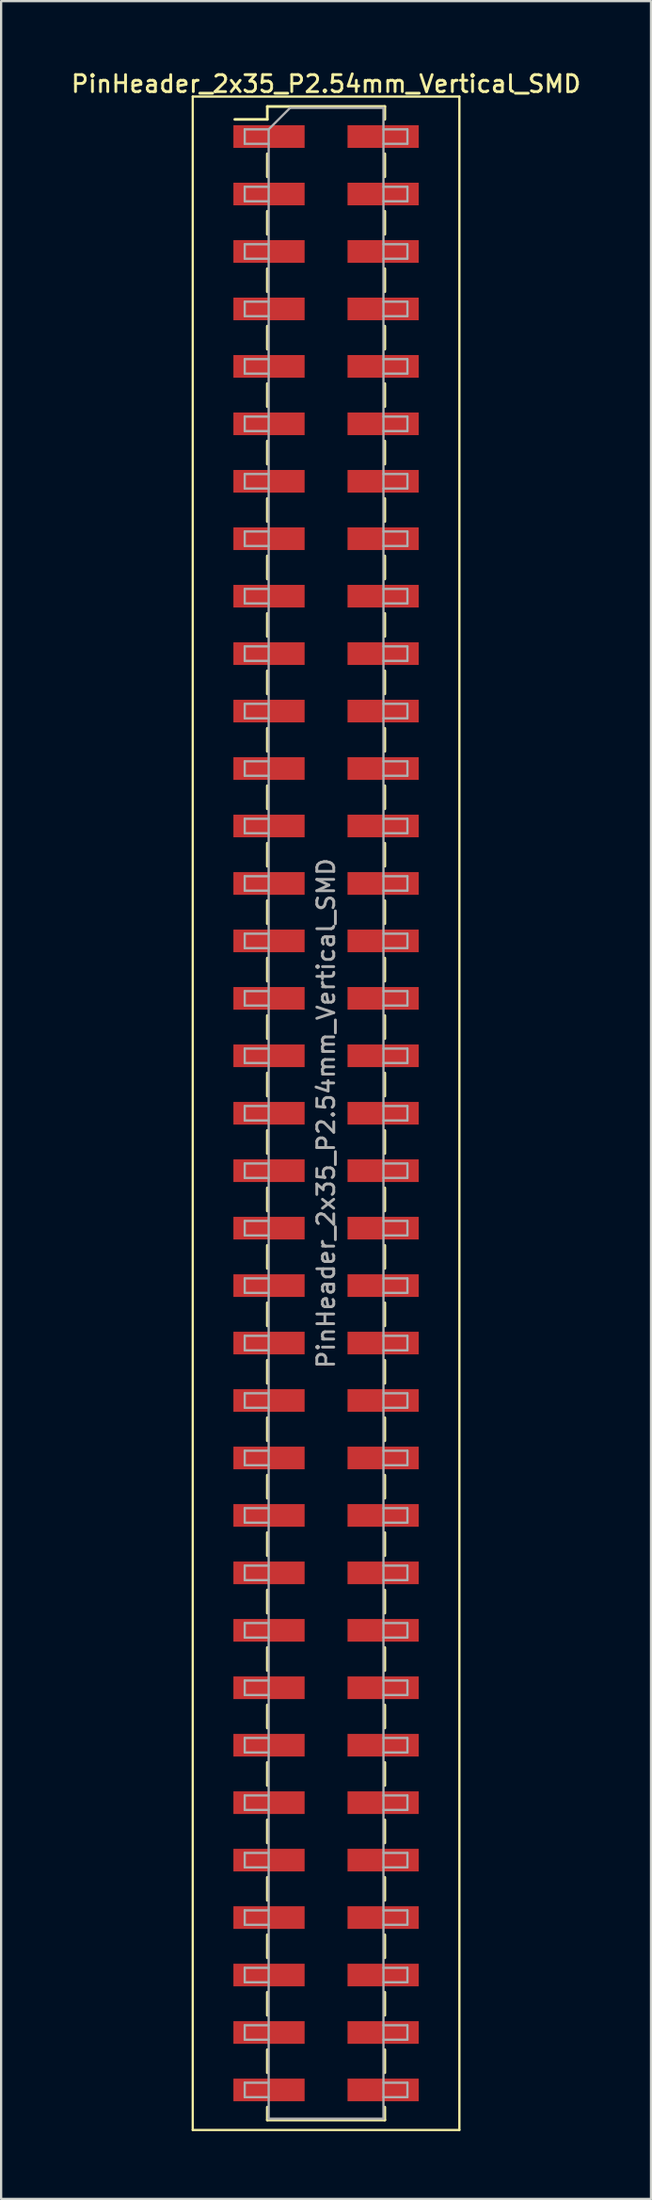
<source format=kicad_pcb>
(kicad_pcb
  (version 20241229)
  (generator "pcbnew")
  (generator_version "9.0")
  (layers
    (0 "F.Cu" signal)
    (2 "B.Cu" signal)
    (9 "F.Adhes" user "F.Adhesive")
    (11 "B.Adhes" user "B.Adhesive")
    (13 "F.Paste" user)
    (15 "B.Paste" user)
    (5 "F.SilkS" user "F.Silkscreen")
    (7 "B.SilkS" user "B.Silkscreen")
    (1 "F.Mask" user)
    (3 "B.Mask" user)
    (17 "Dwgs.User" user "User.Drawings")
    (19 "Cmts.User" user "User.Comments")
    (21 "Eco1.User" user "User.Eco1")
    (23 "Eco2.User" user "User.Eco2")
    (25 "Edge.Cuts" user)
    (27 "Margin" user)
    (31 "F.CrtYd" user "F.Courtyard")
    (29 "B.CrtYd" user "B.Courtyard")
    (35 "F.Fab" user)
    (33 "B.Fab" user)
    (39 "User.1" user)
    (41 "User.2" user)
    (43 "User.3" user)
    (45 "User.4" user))
  (footprint "PinHeader_2x35_P2.54mm_Vertical_SMD"
    (layer "F.Cu")
    (at 11.38 46.168)
    (property "Reference" "PinHeader_2x35_P2.54mm_Vertical_SMD" (at 0 -45.51 0) (layer "F.SilkS") (effects (font (size 0.75 0.75) (thickness 0.125))))
    (attr smd)
    (fp_line (start -5.9 -44.95) (end -5.9 44.95) (stroke (width 0.1) (type solid)) (layer "F.SilkS"))
    (fp_line (start -5.9 44.95) (end 5.9 44.95) (stroke (width 0.1) (type solid)) (layer "F.SilkS"))
    (fp_line (start -4.04 -43.94) (end -2.6 -43.94) (stroke (width 0.12) (type solid)) (layer "F.SilkS"))
    (fp_line (start -2.6 -44.51) (end -2.6 -43.94) (stroke (width 0.12) (type solid)) (layer "F.SilkS"))
    (fp_line (start -2.6 -44.51) (end 2.6 -44.51) (stroke (width 0.12) (type solid)) (layer "F.SilkS"))
    (fp_line (start -2.6 -42.42) (end -2.6 -41.4) (stroke (width 0.12) (type solid)) (layer "F.SilkS"))
    (fp_line (start -2.6 -39.88) (end -2.6 -38.86) (stroke (width 0.12) (type solid)) (layer "F.SilkS"))
    (fp_line (start -2.6 -37.34) (end -2.6 -36.32) (stroke (width 0.12) (type solid)) (layer "F.SilkS"))
    (fp_line (start -2.6 -34.8) (end -2.6 -33.78) (stroke (width 0.12) (type solid)) (layer "F.SilkS"))
    (fp_line (start -2.6 -32.26) (end -2.6 -31.24) (stroke (width 0.12) (type solid)) (layer "F.SilkS"))
    (fp_line (start -2.6 -29.72) (end -2.6 -28.7) (stroke (width 0.12) (type solid)) (layer "F.SilkS"))
    (fp_line (start -2.6 -27.18) (end -2.6 -26.16) (stroke (width 0.12) (type solid)) (layer "F.SilkS"))
    (fp_line (start -2.6 -24.64) (end -2.6 -23.62) (stroke (width 0.12) (type solid)) (layer "F.SilkS"))
    (fp_line (start -2.6 -22.1) (end -2.6 -21.08) (stroke (width 0.12) (type solid)) (layer "F.SilkS"))
    (fp_line (start -2.6 -19.56) (end -2.6 -18.54) (stroke (width 0.12) (type solid)) (layer "F.SilkS"))
    (fp_line (start -2.6 -17.02) (end -2.6 -16) (stroke (width 0.12) (type solid)) (layer "F.SilkS"))
    (fp_line (start -2.6 -14.48) (end -2.6 -13.46) (stroke (width 0.12) (type solid)) (layer "F.SilkS"))
    (fp_line (start -2.6 -11.94) (end -2.6 -10.92) (stroke (width 0.12) (type solid)) (layer "F.SilkS"))
    (fp_line (start -2.6 -9.4) (end -2.6 -8.38) (stroke (width 0.12) (type solid)) (layer "F.SilkS"))
    (fp_line (start -2.6 -6.86) (end -2.6 -5.84) (stroke (width 0.12) (type solid)) (layer "F.SilkS"))
    (fp_line (start -2.6 -4.32) (end -2.6 -3.3) (stroke (width 0.12) (type solid)) (layer "F.SilkS"))
    (fp_line (start -2.6 -1.78) (end -2.6 -0.76) (stroke (width 0.12) (type solid)) (layer "F.SilkS"))
    (fp_line (start -2.6 0.76) (end -2.6 1.78) (stroke (width 0.12) (type solid)) (layer "F.SilkS"))
    (fp_line (start -2.6 3.3) (end -2.6 4.32) (stroke (width 0.12) (type solid)) (layer "F.SilkS"))
    (fp_line (start -2.6 5.84) (end -2.6 6.86) (stroke (width 0.12) (type solid)) (layer "F.SilkS"))
    (fp_line (start -2.6 8.38) (end -2.6 9.4) (stroke (width 0.12) (type solid)) (layer "F.SilkS"))
    (fp_line (start -2.6 10.92) (end -2.6 11.94) (stroke (width 0.12) (type solid)) (layer "F.SilkS"))
    (fp_line (start -2.6 13.46) (end -2.6 14.48) (stroke (width 0.12) (type solid)) (layer "F.SilkS"))
    (fp_line (start -2.6 16) (end -2.6 17.02) (stroke (width 0.12) (type solid)) (layer "F.SilkS"))
    (fp_line (start -2.6 18.54) (end -2.6 19.56) (stroke (width 0.12) (type solid)) (layer "F.SilkS"))
    (fp_line (start -2.6 21.08) (end -2.6 22.1) (stroke (width 0.12) (type solid)) (layer "F.SilkS"))
    (fp_line (start -2.6 23.62) (end -2.6 24.64) (stroke (width 0.12) (type solid)) (layer "F.SilkS"))
    (fp_line (start -2.6 26.16) (end -2.6 27.18) (stroke (width 0.12) (type solid)) (layer "F.SilkS"))
    (fp_line (start -2.6 28.7) (end -2.6 29.72) (stroke (width 0.12) (type solid)) (layer "F.SilkS"))
    (fp_line (start -2.6 31.24) (end -2.6 32.26) (stroke (width 0.12) (type solid)) (layer "F.SilkS"))
    (fp_line (start -2.6 33.78) (end -2.6 34.8) (stroke (width 0.12) (type solid)) (layer "F.SilkS"))
    (fp_line (start -2.6 36.32) (end -2.6 37.34) (stroke (width 0.12) (type solid)) (layer "F.SilkS"))
    (fp_line (start -2.6 38.86) (end -2.6 39.88) (stroke (width 0.12) (type solid)) (layer "F.SilkS"))
    (fp_line (start -2.6 41.4) (end -2.6 42.42) (stroke (width 0.12) (type solid)) (layer "F.SilkS"))
    (fp_line (start -2.6 43.94) (end -2.6 44.51) (stroke (width 0.12) (type solid)) (layer "F.SilkS"))
    (fp_line (start -2.6 44.51) (end 2.6 44.51) (stroke (width 0.12) (type solid)) (layer "F.SilkS"))
    (fp_line (start 2.6 -44.51) (end 2.6 -43.94) (stroke (width 0.12) (type solid)) (layer "F.SilkS"))
    (fp_line (start 2.6 -42.42) (end 2.6 -41.4) (stroke (width 0.12) (type solid)) (layer "F.SilkS"))
    (fp_line (start 2.6 -39.88) (end 2.6 -38.86) (stroke (width 0.12) (type solid)) (layer "F.SilkS"))
    (fp_line (start 2.6 -37.34) (end 2.6 -36.32) (stroke (width 0.12) (type solid)) (layer "F.SilkS"))
    (fp_line (start 2.6 -34.8) (end 2.6 -33.78) (stroke (width 0.12) (type solid)) (layer "F.SilkS"))
    (fp_line (start 2.6 -32.26) (end 2.6 -31.24) (stroke (width 0.12) (type solid)) (layer "F.SilkS"))
    (fp_line (start 2.6 -29.72) (end 2.6 -28.7) (stroke (width 0.12) (type solid)) (layer "F.SilkS"))
    (fp_line (start 2.6 -27.18) (end 2.6 -26.16) (stroke (width 0.12) (type solid)) (layer "F.SilkS"))
    (fp_line (start 2.6 -24.64) (end 2.6 -23.62) (stroke (width 0.12) (type solid)) (layer "F.SilkS"))
    (fp_line (start 2.6 -22.1) (end 2.6 -21.08) (stroke (width 0.12) (type solid)) (layer "F.SilkS"))
    (fp_line (start 2.6 -19.56) (end 2.6 -18.54) (stroke (width 0.12) (type solid)) (layer "F.SilkS"))
    (fp_line (start 2.6 -17.02) (end 2.6 -16) (stroke (width 0.12) (type solid)) (layer "F.SilkS"))
    (fp_line (start 2.6 -14.48) (end 2.6 -13.46) (stroke (width 0.12) (type solid)) (layer "F.SilkS"))
    (fp_line (start 2.6 -11.94) (end 2.6 -10.92) (stroke (width 0.12) (type solid)) (layer "F.SilkS"))
    (fp_line (start 2.6 -9.4) (end 2.6 -8.38) (stroke (width 0.12) (type solid)) (layer "F.SilkS"))
    (fp_line (start 2.6 -6.86) (end 2.6 -5.84) (stroke (width 0.12) (type solid)) (layer "F.SilkS"))
    (fp_line (start 2.6 -4.32) (end 2.6 -3.3) (stroke (width 0.12) (type solid)) (layer "F.SilkS"))
    (fp_line (start 2.6 -1.78) (end 2.6 -0.76) (stroke (width 0.12) (type solid)) (layer "F.SilkS"))
    (fp_line (start 2.6 0.76) (end 2.6 1.78) (stroke (width 0.12) (type solid)) (layer "F.SilkS"))
    (fp_line (start 2.6 3.3) (end 2.6 4.32) (stroke (width 0.12) (type solid)) (layer "F.SilkS"))
    (fp_line (start 2.6 5.84) (end 2.6 6.86) (stroke (width 0.12) (type solid)) (layer "F.SilkS"))
    (fp_line (start 2.6 8.38) (end 2.6 9.4) (stroke (width 0.12) (type solid)) (layer "F.SilkS"))
    (fp_line (start 2.6 10.92) (end 2.6 11.94) (stroke (width 0.12) (type solid)) (layer "F.SilkS"))
    (fp_line (start 2.6 13.46) (end 2.6 14.48) (stroke (width 0.12) (type solid)) (layer "F.SilkS"))
    (fp_line (start 2.6 16) (end 2.6 17.02) (stroke (width 0.12) (type solid)) (layer "F.SilkS"))
    (fp_line (start 2.6 18.54) (end 2.6 19.56) (stroke (width 0.12) (type solid)) (layer "F.SilkS"))
    (fp_line (start 2.6 21.08) (end 2.6 22.1) (stroke (width 0.12) (type solid)) (layer "F.SilkS"))
    (fp_line (start 2.6 23.62) (end 2.6 24.64) (stroke (width 0.12) (type solid)) (layer "F.SilkS"))
    (fp_line (start 2.6 26.16) (end 2.6 27.18) (stroke (width 0.12) (type solid)) (layer "F.SilkS"))
    (fp_line (start 2.6 28.7) (end 2.6 29.72) (stroke (width 0.12) (type solid)) (layer "F.SilkS"))
    (fp_line (start 2.6 31.24) (end 2.6 32.26) (stroke (width 0.12) (type solid)) (layer "F.SilkS"))
    (fp_line (start 2.6 33.78) (end 2.6 34.8) (stroke (width 0.12) (type solid)) (layer "F.SilkS"))
    (fp_line (start 2.6 36.32) (end 2.6 37.34) (stroke (width 0.12) (type solid)) (layer "F.SilkS"))
    (fp_line (start 2.6 38.86) (end 2.6 39.88) (stroke (width 0.12) (type solid)) (layer "F.SilkS"))
    (fp_line (start 2.6 41.4) (end 2.6 42.42) (stroke (width 0.12) (type solid)) (layer "F.SilkS"))
    (fp_line (start 2.6 43.94) (end 2.6 44.51) (stroke (width 0.12) (type solid)) (layer "F.SilkS"))
    (fp_line (start 5.9 -44.95) (end -5.9 -44.95) (stroke (width 0.1) (type solid)) (layer "F.SilkS"))
    (fp_line (start 5.9 44.95) (end 5.9 -44.95) (stroke (width 0.1) (type solid)) (layer "F.SilkS"))
    (fp_line (start -3.6 -43.5) (end -3.6 -42.86) (stroke (width 0.1) (type solid)) (layer "F.Fab"))
    (fp_line (start -3.6 -42.86) (end -2.54 -42.86) (stroke (width 0.1) (type solid)) (layer "F.Fab"))
    (fp_line (start -3.6 -40.96) (end -3.6 -40.32) (stroke (width 0.1) (type solid)) (layer "F.Fab"))
    (fp_line (start -3.6 -40.32) (end -2.54 -40.32) (stroke (width 0.1) (type solid)) (layer "F.Fab"))
    (fp_line (start -3.6 -38.42) (end -3.6 -37.78) (stroke (width 0.1) (type solid)) (layer "F.Fab"))
    (fp_line (start -3.6 -37.78) (end -2.54 -37.78) (stroke (width 0.1) (type solid)) (layer "F.Fab"))
    (fp_line (start -3.6 -35.88) (end -3.6 -35.24) (stroke (width 0.1) (type solid)) (layer "F.Fab"))
    (fp_line (start -3.6 -35.24) (end -2.54 -35.24) (stroke (width 0.1) (type solid)) (layer "F.Fab"))
    (fp_line (start -3.6 -33.34) (end -3.6 -32.7) (stroke (width 0.1) (type solid)) (layer "F.Fab"))
    (fp_line (start -3.6 -32.7) (end -2.54 -32.7) (stroke (width 0.1) (type solid)) (layer "F.Fab"))
    (fp_line (start -3.6 -30.8) (end -3.6 -30.16) (stroke (width 0.1) (type solid)) (layer "F.Fab"))
    (fp_line (start -3.6 -30.16) (end -2.54 -30.16) (stroke (width 0.1) (type solid)) (layer "F.Fab"))
    (fp_line (start -3.6 -28.26) (end -3.6 -27.62) (stroke (width 0.1) (type solid)) (layer "F.Fab"))
    (fp_line (start -3.6 -27.62) (end -2.54 -27.62) (stroke (width 0.1) (type solid)) (layer "F.Fab"))
    (fp_line (start -3.6 -25.72) (end -3.6 -25.08) (stroke (width 0.1) (type solid)) (layer "F.Fab"))
    (fp_line (start -3.6 -25.08) (end -2.54 -25.08) (stroke (width 0.1) (type solid)) (layer "F.Fab"))
    (fp_line (start -3.6 -23.18) (end -3.6 -22.54) (stroke (width 0.1) (type solid)) (layer "F.Fab"))
    (fp_line (start -3.6 -22.54) (end -2.54 -22.54) (stroke (width 0.1) (type solid)) (layer "F.Fab"))
    (fp_line (start -3.6 -20.64) (end -3.6 -20) (stroke (width 0.1) (type solid)) (layer "F.Fab"))
    (fp_line (start -3.6 -20) (end -2.54 -20) (stroke (width 0.1) (type solid)) (layer "F.Fab"))
    (fp_line (start -3.6 -18.1) (end -3.6 -17.46) (stroke (width 0.1) (type solid)) (layer "F.Fab"))
    (fp_line (start -3.6 -17.46) (end -2.54 -17.46) (stroke (width 0.1) (type solid)) (layer "F.Fab"))
    (fp_line (start -3.6 -15.56) (end -3.6 -14.92) (stroke (width 0.1) (type solid)) (layer "F.Fab"))
    (fp_line (start -3.6 -14.92) (end -2.54 -14.92) (stroke (width 0.1) (type solid)) (layer "F.Fab"))
    (fp_line (start -3.6 -13.02) (end -3.6 -12.38) (stroke (width 0.1) (type solid)) (layer "F.Fab"))
    (fp_line (start -3.6 -12.38) (end -2.54 -12.38) (stroke (width 0.1) (type solid)) (layer "F.Fab"))
    (fp_line (start -3.6 -10.48) (end -3.6 -9.84) (stroke (width 0.1) (type solid)) (layer "F.Fab"))
    (fp_line (start -3.6 -9.84) (end -2.54 -9.84) (stroke (width 0.1) (type solid)) (layer "F.Fab"))
    (fp_line (start -3.6 -7.94) (end -3.6 -7.3) (stroke (width 0.1) (type solid)) (layer "F.Fab"))
    (fp_line (start -3.6 -7.3) (end -2.54 -7.3) (stroke (width 0.1) (type solid)) (layer "F.Fab"))
    (fp_line (start -3.6 -5.4) (end -3.6 -4.76) (stroke (width 0.1) (type solid)) (layer "F.Fab"))
    (fp_line (start -3.6 -4.76) (end -2.54 -4.76) (stroke (width 0.1) (type solid)) (layer "F.Fab"))
    (fp_line (start -3.6 -2.86) (end -3.6 -2.22) (stroke (width 0.1) (type solid)) (layer "F.Fab"))
    (fp_line (start -3.6 -2.22) (end -2.54 -2.22) (stroke (width 0.1) (type solid)) (layer "F.Fab"))
    (fp_line (start -3.6 -0.32) (end -3.6 0.32) (stroke (width 0.1) (type solid)) (layer "F.Fab"))
    (fp_line (start -3.6 0.32) (end -2.54 0.32) (stroke (width 0.1) (type solid)) (layer "F.Fab"))
    (fp_line (start -3.6 2.22) (end -3.6 2.86) (stroke (width 0.1) (type solid)) (layer "F.Fab"))
    (fp_line (start -3.6 2.86) (end -2.54 2.86) (stroke (width 0.1) (type solid)) (layer "F.Fab"))
    (fp_line (start -3.6 4.76) (end -3.6 5.4) (stroke (width 0.1) (type solid)) (layer "F.Fab"))
    (fp_line (start -3.6 5.4) (end -2.54 5.4) (stroke (width 0.1) (type solid)) (layer "F.Fab"))
    (fp_line (start -3.6 7.3) (end -3.6 7.94) (stroke (width 0.1) (type solid)) (layer "F.Fab"))
    (fp_line (start -3.6 7.94) (end -2.54 7.94) (stroke (width 0.1) (type solid)) (layer "F.Fab"))
    (fp_line (start -3.6 9.84) (end -3.6 10.48) (stroke (width 0.1) (type solid)) (layer "F.Fab"))
    (fp_line (start -3.6 10.48) (end -2.54 10.48) (stroke (width 0.1) (type solid)) (layer "F.Fab"))
    (fp_line (start -3.6 12.38) (end -3.6 13.02) (stroke (width 0.1) (type solid)) (layer "F.Fab"))
    (fp_line (start -3.6 13.02) (end -2.54 13.02) (stroke (width 0.1) (type solid)) (layer "F.Fab"))
    (fp_line (start -3.6 14.92) (end -3.6 15.56) (stroke (width 0.1) (type solid)) (layer "F.Fab"))
    (fp_line (start -3.6 15.56) (end -2.54 15.56) (stroke (width 0.1) (type solid)) (layer "F.Fab"))
    (fp_line (start -3.6 17.46) (end -3.6 18.1) (stroke (width 0.1) (type solid)) (layer "F.Fab"))
    (fp_line (start -3.6 18.1) (end -2.54 18.1) (stroke (width 0.1) (type solid)) (layer "F.Fab"))
    (fp_line (start -3.6 20) (end -3.6 20.64) (stroke (width 0.1) (type solid)) (layer "F.Fab"))
    (fp_line (start -3.6 20.64) (end -2.54 20.64) (stroke (width 0.1) (type solid)) (layer "F.Fab"))
    (fp_line (start -3.6 22.54) (end -3.6 23.18) (stroke (width 0.1) (type solid)) (layer "F.Fab"))
    (fp_line (start -3.6 23.18) (end -2.54 23.18) (stroke (width 0.1) (type solid)) (layer "F.Fab"))
    (fp_line (start -3.6 25.08) (end -3.6 25.72) (stroke (width 0.1) (type solid)) (layer "F.Fab"))
    (fp_line (start -3.6 25.72) (end -2.54 25.72) (stroke (width 0.1) (type solid)) (layer "F.Fab"))
    (fp_line (start -3.6 27.62) (end -3.6 28.26) (stroke (width 0.1) (type solid)) (layer "F.Fab"))
    (fp_line (start -3.6 28.26) (end -2.54 28.26) (stroke (width 0.1) (type solid)) (layer "F.Fab"))
    (fp_line (start -3.6 30.16) (end -3.6 30.8) (stroke (width 0.1) (type solid)) (layer "F.Fab"))
    (fp_line (start -3.6 30.8) (end -2.54 30.8) (stroke (width 0.1) (type solid)) (layer "F.Fab"))
    (fp_line (start -3.6 32.7) (end -3.6 33.34) (stroke (width 0.1) (type solid)) (layer "F.Fab"))
    (fp_line (start -3.6 33.34) (end -2.54 33.34) (stroke (width 0.1) (type solid)) (layer "F.Fab"))
    (fp_line (start -3.6 35.24) (end -3.6 35.88) (stroke (width 0.1) (type solid)) (layer "F.Fab"))
    (fp_line (start -3.6 35.88) (end -2.54 35.88) (stroke (width 0.1) (type solid)) (layer "F.Fab"))
    (fp_line (start -3.6 37.78) (end -3.6 38.42) (stroke (width 0.1) (type solid)) (layer "F.Fab"))
    (fp_line (start -3.6 38.42) (end -2.54 38.42) (stroke (width 0.1) (type solid)) (layer "F.Fab"))
    (fp_line (start -3.6 40.32) (end -3.6 40.96) (stroke (width 0.1) (type solid)) (layer "F.Fab"))
    (fp_line (start -3.6 40.96) (end -2.54 40.96) (stroke (width 0.1) (type solid)) (layer "F.Fab"))
    (fp_line (start -3.6 42.86) (end -3.6 43.5) (stroke (width 0.1) (type solid)) (layer "F.Fab"))
    (fp_line (start -3.6 43.5) (end -2.54 43.5) (stroke (width 0.1) (type solid)) (layer "F.Fab"))
    (fp_line (start -2.54 -43.5) (end -3.6 -43.5) (stroke (width 0.1) (type solid)) (layer "F.Fab"))
    (fp_line (start -2.54 -43.5) (end -1.59 -44.45) (stroke (width 0.1) (type solid)) (layer "F.Fab"))
    (fp_line (start -2.54 -40.96) (end -3.6 -40.96) (stroke (width 0.1) (type solid)) (layer "F.Fab"))
    (fp_line (start -2.54 -38.42) (end -3.6 -38.42) (stroke (width 0.1) (type solid)) (layer "F.Fab"))
    (fp_line (start -2.54 -35.88) (end -3.6 -35.88) (stroke (width 0.1) (type solid)) (layer "F.Fab"))
    (fp_line (start -2.54 -33.34) (end -3.6 -33.34) (stroke (width 0.1) (type solid)) (layer "F.Fab"))
    (fp_line (start -2.54 -30.8) (end -3.6 -30.8) (stroke (width 0.1) (type solid)) (layer "F.Fab"))
    (fp_line (start -2.54 -28.26) (end -3.6 -28.26) (stroke (width 0.1) (type solid)) (layer "F.Fab"))
    (fp_line (start -2.54 -25.72) (end -3.6 -25.72) (stroke (width 0.1) (type solid)) (layer "F.Fab"))
    (fp_line (start -2.54 -23.18) (end -3.6 -23.18) (stroke (width 0.1) (type solid)) (layer "F.Fab"))
    (fp_line (start -2.54 -20.64) (end -3.6 -20.64) (stroke (width 0.1) (type solid)) (layer "F.Fab"))
    (fp_line (start -2.54 -18.1) (end -3.6 -18.1) (stroke (width 0.1) (type solid)) (layer "F.Fab"))
    (fp_line (start -2.54 -15.56) (end -3.6 -15.56) (stroke (width 0.1) (type solid)) (layer "F.Fab"))
    (fp_line (start -2.54 -13.02) (end -3.6 -13.02) (stroke (width 0.1) (type solid)) (layer "F.Fab"))
    (fp_line (start -2.54 -10.48) (end -3.6 -10.48) (stroke (width 0.1) (type solid)) (layer "F.Fab"))
    (fp_line (start -2.54 -7.94) (end -3.6 -7.94) (stroke (width 0.1) (type solid)) (layer "F.Fab"))
    (fp_line (start -2.54 -5.4) (end -3.6 -5.4) (stroke (width 0.1) (type solid)) (layer "F.Fab"))
    (fp_line (start -2.54 -2.86) (end -3.6 -2.86) (stroke (width 0.1) (type solid)) (layer "F.Fab"))
    (fp_line (start -2.54 -0.32) (end -3.6 -0.32) (stroke (width 0.1) (type solid)) (layer "F.Fab"))
    (fp_line (start -2.54 2.22) (end -3.6 2.22) (stroke (width 0.1) (type solid)) (layer "F.Fab"))
    (fp_line (start -2.54 4.76) (end -3.6 4.76) (stroke (width 0.1) (type solid)) (layer "F.Fab"))
    (fp_line (start -2.54 7.3) (end -3.6 7.3) (stroke (width 0.1) (type solid)) (layer "F.Fab"))
    (fp_line (start -2.54 9.84) (end -3.6 9.84) (stroke (width 0.1) (type solid)) (layer "F.Fab"))
    (fp_line (start -2.54 12.38) (end -3.6 12.38) (stroke (width 0.1) (type solid)) (layer "F.Fab"))
    (fp_line (start -2.54 14.92) (end -3.6 14.92) (stroke (width 0.1) (type solid)) (layer "F.Fab"))
    (fp_line (start -2.54 17.46) (end -3.6 17.46) (stroke (width 0.1) (type solid)) (layer "F.Fab"))
    (fp_line (start -2.54 20) (end -3.6 20) (stroke (width 0.1) (type solid)) (layer "F.Fab"))
    (fp_line (start -2.54 22.54) (end -3.6 22.54) (stroke (width 0.1) (type solid)) (layer "F.Fab"))
    (fp_line (start -2.54 25.08) (end -3.6 25.08) (stroke (width 0.1) (type solid)) (layer "F.Fab"))
    (fp_line (start -2.54 27.62) (end -3.6 27.62) (stroke (width 0.1) (type solid)) (layer "F.Fab"))
    (fp_line (start -2.54 30.16) (end -3.6 30.16) (stroke (width 0.1) (type solid)) (layer "F.Fab"))
    (fp_line (start -2.54 32.7) (end -3.6 32.7) (stroke (width 0.1) (type solid)) (layer "F.Fab"))
    (fp_line (start -2.54 35.24) (end -3.6 35.24) (stroke (width 0.1) (type solid)) (layer "F.Fab"))
    (fp_line (start -2.54 37.78) (end -3.6 37.78) (stroke (width 0.1) (type solid)) (layer "F.Fab"))
    (fp_line (start -2.54 40.32) (end -3.6 40.32) (stroke (width 0.1) (type solid)) (layer "F.Fab"))
    (fp_line (start -2.54 42.86) (end -3.6 42.86) (stroke (width 0.1) (type solid)) (layer "F.Fab"))
    (fp_line (start -2.54 44.45) (end -2.54 -43.5) (stroke (width 0.1) (type solid)) (layer "F.Fab"))
    (fp_line (start -1.59 -44.45) (end 2.54 -44.45) (stroke (width 0.1) (type solid)) (layer "F.Fab"))
    (fp_line (start 2.54 -44.45) (end 2.54 44.45) (stroke (width 0.1) (type solid)) (layer "F.Fab"))
    (fp_line (start 2.54 -43.5) (end 3.6 -43.5) (stroke (width 0.1) (type solid)) (layer "F.Fab"))
    (fp_line (start 2.54 -40.96) (end 3.6 -40.96) (stroke (width 0.1) (type solid)) (layer "F.Fab"))
    (fp_line (start 2.54 -38.42) (end 3.6 -38.42) (stroke (width 0.1) (type solid)) (layer "F.Fab"))
    (fp_line (start 2.54 -35.88) (end 3.6 -35.88) (stroke (width 0.1) (type solid)) (layer "F.Fab"))
    (fp_line (start 2.54 -33.34) (end 3.6 -33.34) (stroke (width 0.1) (type solid)) (layer "F.Fab"))
    (fp_line (start 2.54 -30.8) (end 3.6 -30.8) (stroke (width 0.1) (type solid)) (layer "F.Fab"))
    (fp_line (start 2.54 -28.26) (end 3.6 -28.26) (stroke (width 0.1) (type solid)) (layer "F.Fab"))
    (fp_line (start 2.54 -25.72) (end 3.6 -25.72) (stroke (width 0.1) (type solid)) (layer "F.Fab"))
    (fp_line (start 2.54 -23.18) (end 3.6 -23.18) (stroke (width 0.1) (type solid)) (layer "F.Fab"))
    (fp_line (start 2.54 -20.64) (end 3.6 -20.64) (stroke (width 0.1) (type solid)) (layer "F.Fab"))
    (fp_line (start 2.54 -18.1) (end 3.6 -18.1) (stroke (width 0.1) (type solid)) (layer "F.Fab"))
    (fp_line (start 2.54 -15.56) (end 3.6 -15.56) (stroke (width 0.1) (type solid)) (layer "F.Fab"))
    (fp_line (start 2.54 -13.02) (end 3.6 -13.02) (stroke (width 0.1) (type solid)) (layer "F.Fab"))
    (fp_line (start 2.54 -10.48) (end 3.6 -10.48) (stroke (width 0.1) (type solid)) (layer "F.Fab"))
    (fp_line (start 2.54 -7.94) (end 3.6 -7.94) (stroke (width 0.1) (type solid)) (layer "F.Fab"))
    (fp_line (start 2.54 -5.4) (end 3.6 -5.4) (stroke (width 0.1) (type solid)) (layer "F.Fab"))
    (fp_line (start 2.54 -2.86) (end 3.6 -2.86) (stroke (width 0.1) (type solid)) (layer "F.Fab"))
    (fp_line (start 2.54 -0.32) (end 3.6 -0.32) (stroke (width 0.1) (type solid)) (layer "F.Fab"))
    (fp_line (start 2.54 2.22) (end 3.6 2.22) (stroke (width 0.1) (type solid)) (layer "F.Fab"))
    (fp_line (start 2.54 4.76) (end 3.6 4.76) (stroke (width 0.1) (type solid)) (layer "F.Fab"))
    (fp_line (start 2.54 7.3) (end 3.6 7.3) (stroke (width 0.1) (type solid)) (layer "F.Fab"))
    (fp_line (start 2.54 9.84) (end 3.6 9.84) (stroke (width 0.1) (type solid)) (layer "F.Fab"))
    (fp_line (start 2.54 12.38) (end 3.6 12.38) (stroke (width 0.1) (type solid)) (layer "F.Fab"))
    (fp_line (start 2.54 14.92) (end 3.6 14.92) (stroke (width 0.1) (type solid)) (layer "F.Fab"))
    (fp_line (start 2.54 17.46) (end 3.6 17.46) (stroke (width 0.1) (type solid)) (layer "F.Fab"))
    (fp_line (start 2.54 20) (end 3.6 20) (stroke (width 0.1) (type solid)) (layer "F.Fab"))
    (fp_line (start 2.54 22.54) (end 3.6 22.54) (stroke (width 0.1) (type solid)) (layer "F.Fab"))
    (fp_line (start 2.54 25.08) (end 3.6 25.08) (stroke (width 0.1) (type solid)) (layer "F.Fab"))
    (fp_line (start 2.54 27.62) (end 3.6 27.62) (stroke (width 0.1) (type solid)) (layer "F.Fab"))
    (fp_line (start 2.54 30.16) (end 3.6 30.16) (stroke (width 0.1) (type solid)) (layer "F.Fab"))
    (fp_line (start 2.54 32.7) (end 3.6 32.7) (stroke (width 0.1) (type solid)) (layer "F.Fab"))
    (fp_line (start 2.54 35.24) (end 3.6 35.24) (stroke (width 0.1) (type solid)) (layer "F.Fab"))
    (fp_line (start 2.54 37.78) (end 3.6 37.78) (stroke (width 0.1) (type solid)) (layer "F.Fab"))
    (fp_line (start 2.54 40.32) (end 3.6 40.32) (stroke (width 0.1) (type solid)) (layer "F.Fab"))
    (fp_line (start 2.54 42.86) (end 3.6 42.86) (stroke (width 0.1) (type solid)) (layer "F.Fab"))
    (fp_line (start 2.54 44.45) (end -2.54 44.45) (stroke (width 0.1) (type solid)) (layer "F.Fab"))
    (fp_line (start 3.6 -43.5) (end 3.6 -42.86) (stroke (width 0.1) (type solid)) (layer "F.Fab"))
    (fp_line (start 3.6 -42.86) (end 2.54 -42.86) (stroke (width 0.1) (type solid)) (layer "F.Fab"))
    (fp_line (start 3.6 -40.96) (end 3.6 -40.32) (stroke (width 0.1) (type solid)) (layer "F.Fab"))
    (fp_line (start 3.6 -40.32) (end 2.54 -40.32) (stroke (width 0.1) (type solid)) (layer "F.Fab"))
    (fp_line (start 3.6 -38.42) (end 3.6 -37.78) (stroke (width 0.1) (type solid)) (layer "F.Fab"))
    (fp_line (start 3.6 -37.78) (end 2.54 -37.78) (stroke (width 0.1) (type solid)) (layer "F.Fab"))
    (fp_line (start 3.6 -35.88) (end 3.6 -35.24) (stroke (width 0.1) (type solid)) (layer "F.Fab"))
    (fp_line (start 3.6 -35.24) (end 2.54 -35.24) (stroke (width 0.1) (type solid)) (layer "F.Fab"))
    (fp_line (start 3.6 -33.34) (end 3.6 -32.7) (stroke (width 0.1) (type solid)) (layer "F.Fab"))
    (fp_line (start 3.6 -32.7) (end 2.54 -32.7) (stroke (width 0.1) (type solid)) (layer "F.Fab"))
    (fp_line (start 3.6 -30.8) (end 3.6 -30.16) (stroke (width 0.1) (type solid)) (layer "F.Fab"))
    (fp_line (start 3.6 -30.16) (end 2.54 -30.16) (stroke (width 0.1) (type solid)) (layer "F.Fab"))
    (fp_line (start 3.6 -28.26) (end 3.6 -27.62) (stroke (width 0.1) (type solid)) (layer "F.Fab"))
    (fp_line (start 3.6 -27.62) (end 2.54 -27.62) (stroke (width 0.1) (type solid)) (layer "F.Fab"))
    (fp_line (start 3.6 -25.72) (end 3.6 -25.08) (stroke (width 0.1) (type solid)) (layer "F.Fab"))
    (fp_line (start 3.6 -25.08) (end 2.54 -25.08) (stroke (width 0.1) (type solid)) (layer "F.Fab"))
    (fp_line (start 3.6 -23.18) (end 3.6 -22.54) (stroke (width 0.1) (type solid)) (layer "F.Fab"))
    (fp_line (start 3.6 -22.54) (end 2.54 -22.54) (stroke (width 0.1) (type solid)) (layer "F.Fab"))
    (fp_line (start 3.6 -20.64) (end 3.6 -20) (stroke (width 0.1) (type solid)) (layer "F.Fab"))
    (fp_line (start 3.6 -20) (end 2.54 -20) (stroke (width 0.1) (type solid)) (layer "F.Fab"))
    (fp_line (start 3.6 -18.1) (end 3.6 -17.46) (stroke (width 0.1) (type solid)) (layer "F.Fab"))
    (fp_line (start 3.6 -17.46) (end 2.54 -17.46) (stroke (width 0.1) (type solid)) (layer "F.Fab"))
    (fp_line (start 3.6 -15.56) (end 3.6 -14.92) (stroke (width 0.1) (type solid)) (layer "F.Fab"))
    (fp_line (start 3.6 -14.92) (end 2.54 -14.92) (stroke (width 0.1) (type solid)) (layer "F.Fab"))
    (fp_line (start 3.6 -13.02) (end 3.6 -12.38) (stroke (width 0.1) (type solid)) (layer "F.Fab"))
    (fp_line (start 3.6 -12.38) (end 2.54 -12.38) (stroke (width 0.1) (type solid)) (layer "F.Fab"))
    (fp_line (start 3.6 -10.48) (end 3.6 -9.84) (stroke (width 0.1) (type solid)) (layer "F.Fab"))
    (fp_line (start 3.6 -9.84) (end 2.54 -9.84) (stroke (width 0.1) (type solid)) (layer "F.Fab"))
    (fp_line (start 3.6 -7.94) (end 3.6 -7.3) (stroke (width 0.1) (type solid)) (layer "F.Fab"))
    (fp_line (start 3.6 -7.3) (end 2.54 -7.3) (stroke (width 0.1) (type solid)) (layer "F.Fab"))
    (fp_line (start 3.6 -5.4) (end 3.6 -4.76) (stroke (width 0.1) (type solid)) (layer "F.Fab"))
    (fp_line (start 3.6 -4.76) (end 2.54 -4.76) (stroke (width 0.1) (type solid)) (layer "F.Fab"))
    (fp_line (start 3.6 -2.86) (end 3.6 -2.22) (stroke (width 0.1) (type solid)) (layer "F.Fab"))
    (fp_line (start 3.6 -2.22) (end 2.54 -2.22) (stroke (width 0.1) (type solid)) (layer "F.Fab"))
    (fp_line (start 3.6 -0.32) (end 3.6 0.32) (stroke (width 0.1) (type solid)) (layer "F.Fab"))
    (fp_line (start 3.6 0.32) (end 2.54 0.32) (stroke (width 0.1) (type solid)) (layer "F.Fab"))
    (fp_line (start 3.6 2.22) (end 3.6 2.86) (stroke (width 0.1) (type solid)) (layer "F.Fab"))
    (fp_line (start 3.6 2.86) (end 2.54 2.86) (stroke (width 0.1) (type solid)) (layer "F.Fab"))
    (fp_line (start 3.6 4.76) (end 3.6 5.4) (stroke (width 0.1) (type solid)) (layer "F.Fab"))
    (fp_line (start 3.6 5.4) (end 2.54 5.4) (stroke (width 0.1) (type solid)) (layer "F.Fab"))
    (fp_line (start 3.6 7.3) (end 3.6 7.94) (stroke (width 0.1) (type solid)) (layer "F.Fab"))
    (fp_line (start 3.6 7.94) (end 2.54 7.94) (stroke (width 0.1) (type solid)) (layer "F.Fab"))
    (fp_line (start 3.6 9.84) (end 3.6 10.48) (stroke (width 0.1) (type solid)) (layer "F.Fab"))
    (fp_line (start 3.6 10.48) (end 2.54 10.48) (stroke (width 0.1) (type solid)) (layer "F.Fab"))
    (fp_line (start 3.6 12.38) (end 3.6 13.02) (stroke (width 0.1) (type solid)) (layer "F.Fab"))
    (fp_line (start 3.6 13.02) (end 2.54 13.02) (stroke (width 0.1) (type solid)) (layer "F.Fab"))
    (fp_line (start 3.6 14.92) (end 3.6 15.56) (stroke (width 0.1) (type solid)) (layer "F.Fab"))
    (fp_line (start 3.6 15.56) (end 2.54 15.56) (stroke (width 0.1) (type solid)) (layer "F.Fab"))
    (fp_line (start 3.6 17.46) (end 3.6 18.1) (stroke (width 0.1) (type solid)) (layer "F.Fab"))
    (fp_line (start 3.6 18.1) (end 2.54 18.1) (stroke (width 0.1) (type solid)) (layer "F.Fab"))
    (fp_line (start 3.6 20) (end 3.6 20.64) (stroke (width 0.1) (type solid)) (layer "F.Fab"))
    (fp_line (start 3.6 20.64) (end 2.54 20.64) (stroke (width 0.1) (type solid)) (layer "F.Fab"))
    (fp_line (start 3.6 22.54) (end 3.6 23.18) (stroke (width 0.1) (type solid)) (layer "F.Fab"))
    (fp_line (start 3.6 23.18) (end 2.54 23.18) (stroke (width 0.1) (type solid)) (layer "F.Fab"))
    (fp_line (start 3.6 25.08) (end 3.6 25.72) (stroke (width 0.1) (type solid)) (layer "F.Fab"))
    (fp_line (start 3.6 25.72) (end 2.54 25.72) (stroke (width 0.1) (type solid)) (layer "F.Fab"))
    (fp_line (start 3.6 27.62) (end 3.6 28.26) (stroke (width 0.1) (type solid)) (layer "F.Fab"))
    (fp_line (start 3.6 28.26) (end 2.54 28.26) (stroke (width 0.1) (type solid)) (layer "F.Fab"))
    (fp_line (start 3.6 30.16) (end 3.6 30.8) (stroke (width 0.1) (type solid)) (layer "F.Fab"))
    (fp_line (start 3.6 30.8) (end 2.54 30.8) (stroke (width 0.1) (type solid)) (layer "F.Fab"))
    (fp_line (start 3.6 32.7) (end 3.6 33.34) (stroke (width 0.1) (type solid)) (layer "F.Fab"))
    (fp_line (start 3.6 33.34) (end 2.54 33.34) (stroke (width 0.1) (type solid)) (layer "F.Fab"))
    (fp_line (start 3.6 35.24) (end 3.6 35.88) (stroke (width 0.1) (type solid)) (layer "F.Fab"))
    (fp_line (start 3.6 35.88) (end 2.54 35.88) (stroke (width 0.1) (type solid)) (layer "F.Fab"))
    (fp_line (start 3.6 37.78) (end 3.6 38.42) (stroke (width 0.1) (type solid)) (layer "F.Fab"))
    (fp_line (start 3.6 38.42) (end 2.54 38.42) (stroke (width 0.1) (type solid)) (layer "F.Fab"))
    (fp_line (start 3.6 40.32) (end 3.6 40.96) (stroke (width 0.1) (type solid)) (layer "F.Fab"))
    (fp_line (start 3.6 40.96) (end 2.54 40.96) (stroke (width 0.1) (type solid)) (layer "F.Fab"))
    (fp_line (start 3.6 42.86) (end 3.6 43.5) (stroke (width 0.1) (type solid)) (layer "F.Fab"))
    (fp_line (start 3.6 43.5) (end 2.54 43.5) (stroke (width 0.1) (type solid)) (layer "F.Fab"))
    (fp_text user "${REFERENCE}" (at 0 0 90) (layer "F.Fab") (effects (font (size 0.75 0.75) (thickness 0.125))))
    (pad "1" smd rect (at -2.525 -43.18) (size 3.15 1) (layers "F.Cu" "F.Mask" "F.Paste"))
    (pad "2" smd rect (at 2.525 -43.18) (size 3.15 1) (layers "F.Cu" "F.Mask" "F.Paste"))
    (pad "3" smd rect (at -2.525 -40.64) (size 3.15 1) (layers "F.Cu" "F.Mask" "F.Paste"))
    (pad "4" smd rect (at 2.525 -40.64) (size 3.15 1) (layers "F.Cu" "F.Mask" "F.Paste"))
    (pad "5" smd rect (at -2.525 -38.1) (size 3.15 1) (layers "F.Cu" "F.Mask" "F.Paste"))
    (pad "6" smd rect (at 2.525 -38.1) (size 3.15 1) (layers "F.Cu" "F.Mask" "F.Paste"))
    (pad "7" smd rect (at -2.525 -35.56) (size 3.15 1) (layers "F.Cu" "F.Mask" "F.Paste"))
    (pad "8" smd rect (at 2.525 -35.56) (size 3.15 1) (layers "F.Cu" "F.Mask" "F.Paste"))
    (pad "9" smd rect (at -2.525 -33.02) (size 3.15 1) (layers "F.Cu" "F.Mask" "F.Paste"))
    (pad "10" smd rect (at 2.525 -33.02) (size 3.15 1) (layers "F.Cu" "F.Mask" "F.Paste"))
    (pad "11" smd rect (at -2.525 -30.48) (size 3.15 1) (layers "F.Cu" "F.Mask" "F.Paste"))
    (pad "12" smd rect (at 2.525 -30.48) (size 3.15 1) (layers "F.Cu" "F.Mask" "F.Paste"))
    (pad "13" smd rect (at -2.525 -27.94) (size 3.15 1) (layers "F.Cu" "F.Mask" "F.Paste"))
    (pad "14" smd rect (at 2.525 -27.94) (size 3.15 1) (layers "F.Cu" "F.Mask" "F.Paste"))
    (pad "15" smd rect (at -2.525 -25.4) (size 3.15 1) (layers "F.Cu" "F.Mask" "F.Paste"))
    (pad "16" smd rect (at 2.525 -25.4) (size 3.15 1) (layers "F.Cu" "F.Mask" "F.Paste"))
    (pad "17" smd rect (at -2.525 -22.86) (size 3.15 1) (layers "F.Cu" "F.Mask" "F.Paste"))
    (pad "18" smd rect (at 2.525 -22.86) (size 3.15 1) (layers "F.Cu" "F.Mask" "F.Paste"))
    (pad "19" smd rect (at -2.525 -20.32) (size 3.15 1) (layers "F.Cu" "F.Mask" "F.Paste"))
    (pad "20" smd rect (at 2.525 -20.32) (size 3.15 1) (layers "F.Cu" "F.Mask" "F.Paste"))
    (pad "21" smd rect (at -2.525 -17.78) (size 3.15 1) (layers "F.Cu" "F.Mask" "F.Paste"))
    (pad "22" smd rect (at 2.525 -17.78) (size 3.15 1) (layers "F.Cu" "F.Mask" "F.Paste"))
    (pad "23" smd rect (at -2.525 -15.24) (size 3.15 1) (layers "F.Cu" "F.Mask" "F.Paste"))
    (pad "24" smd rect (at 2.525 -15.24) (size 3.15 1) (layers "F.Cu" "F.Mask" "F.Paste"))
    (pad "25" smd rect (at -2.525 -12.7) (size 3.15 1) (layers "F.Cu" "F.Mask" "F.Paste"))
    (pad "26" smd rect (at 2.525 -12.7) (size 3.15 1) (layers "F.Cu" "F.Mask" "F.Paste"))
    (pad "27" smd rect (at -2.525 -10.16) (size 3.15 1) (layers "F.Cu" "F.Mask" "F.Paste"))
    (pad "28" smd rect (at 2.525 -10.16) (size 3.15 1) (layers "F.Cu" "F.Mask" "F.Paste"))
    (pad "29" smd rect (at -2.525 -7.62) (size 3.15 1) (layers "F.Cu" "F.Mask" "F.Paste"))
    (pad "30" smd rect (at 2.525 -7.62) (size 3.15 1) (layers "F.Cu" "F.Mask" "F.Paste"))
    (pad "31" smd rect (at -2.525 -5.08) (size 3.15 1) (layers "F.Cu" "F.Mask" "F.Paste"))
    (pad "32" smd rect (at 2.525 -5.08) (size 3.15 1) (layers "F.Cu" "F.Mask" "F.Paste"))
    (pad "33" smd rect (at -2.525 -2.54) (size 3.15 1) (layers "F.Cu" "F.Mask" "F.Paste"))
    (pad "34" smd rect (at 2.525 -2.54) (size 3.15 1) (layers "F.Cu" "F.Mask" "F.Paste"))
    (pad "35" smd rect (at -2.525 0) (size 3.15 1) (layers "F.Cu" "F.Mask" "F.Paste"))
    (pad "36" smd rect (at 2.525 0) (size 3.15 1) (layers "F.Cu" "F.Mask" "F.Paste"))
    (pad "37" smd rect (at -2.525 2.54) (size 3.15 1) (layers "F.Cu" "F.Mask" "F.Paste"))
    (pad "38" smd rect (at 2.525 2.54) (size 3.15 1) (layers "F.Cu" "F.Mask" "F.Paste"))
    (pad "39" smd rect (at -2.525 5.08) (size 3.15 1) (layers "F.Cu" "F.Mask" "F.Paste"))
    (pad "40" smd rect (at 2.525 5.08) (size 3.15 1) (layers "F.Cu" "F.Mask" "F.Paste"))
    (pad "41" smd rect (at -2.525 7.62) (size 3.15 1) (layers "F.Cu" "F.Mask" "F.Paste"))
    (pad "42" smd rect (at 2.525 7.62) (size 3.15 1) (layers "F.Cu" "F.Mask" "F.Paste"))
    (pad "43" smd rect (at -2.525 10.16) (size 3.15 1) (layers "F.Cu" "F.Mask" "F.Paste"))
    (pad "44" smd rect (at 2.525 10.16) (size 3.15 1) (layers "F.Cu" "F.Mask" "F.Paste"))
    (pad "45" smd rect (at -2.525 12.7) (size 3.15 1) (layers "F.Cu" "F.Mask" "F.Paste"))
    (pad "46" smd rect (at 2.525 12.7) (size 3.15 1) (layers "F.Cu" "F.Mask" "F.Paste"))
    (pad "47" smd rect (at -2.525 15.24) (size 3.15 1) (layers "F.Cu" "F.Mask" "F.Paste"))
    (pad "48" smd rect (at 2.525 15.24) (size 3.15 1) (layers "F.Cu" "F.Mask" "F.Paste"))
    (pad "49" smd rect (at -2.525 17.78) (size 3.15 1) (layers "F.Cu" "F.Mask" "F.Paste"))
    (pad "50" smd rect (at 2.525 17.78) (size 3.15 1) (layers "F.Cu" "F.Mask" "F.Paste"))
    (pad "51" smd rect (at -2.525 20.32) (size 3.15 1) (layers "F.Cu" "F.Mask" "F.Paste"))
    (pad "52" smd rect (at 2.525 20.32) (size 3.15 1) (layers "F.Cu" "F.Mask" "F.Paste"))
    (pad "53" smd rect (at -2.525 22.86) (size 3.15 1) (layers "F.Cu" "F.Mask" "F.Paste"))
    (pad "54" smd rect (at 2.525 22.86) (size 3.15 1) (layers "F.Cu" "F.Mask" "F.Paste"))
    (pad "55" smd rect (at -2.525 25.4) (size 3.15 1) (layers "F.Cu" "F.Mask" "F.Paste"))
    (pad "56" smd rect (at 2.525 25.4) (size 3.15 1) (layers "F.Cu" "F.Mask" "F.Paste"))
    (pad "57" smd rect (at -2.525 27.94) (size 3.15 1) (layers "F.Cu" "F.Mask" "F.Paste"))
    (pad "58" smd rect (at 2.525 27.94) (size 3.15 1) (layers "F.Cu" "F.Mask" "F.Paste"))
    (pad "59" smd rect (at -2.525 30.48) (size 3.15 1) (layers "F.Cu" "F.Mask" "F.Paste"))
    (pad "60" smd rect (at 2.525 30.48) (size 3.15 1) (layers "F.Cu" "F.Mask" "F.Paste"))
    (pad "61" smd rect (at -2.525 33.02) (size 3.15 1) (layers "F.Cu" "F.Mask" "F.Paste"))
    (pad "62" smd rect (at 2.525 33.02) (size 3.15 1) (layers "F.Cu" "F.Mask" "F.Paste"))
    (pad "63" smd rect (at -2.525 35.56) (size 3.15 1) (layers "F.Cu" "F.Mask" "F.Paste"))
    (pad "64" smd rect (at 2.525 35.56) (size 3.15 1) (layers "F.Cu" "F.Mask" "F.Paste"))
    (pad "65" smd rect (at -2.525 38.1) (size 3.15 1) (layers "F.Cu" "F.Mask" "F.Paste"))
    (pad "66" smd rect (at 2.525 38.1) (size 3.15 1) (layers "F.Cu" "F.Mask" "F.Paste"))
    (pad "67" smd rect (at -2.525 40.64) (size 3.15 1) (layers "F.Cu" "F.Mask" "F.Paste"))
    (pad "68" smd rect (at 2.525 40.64) (size 3.15 1) (layers "F.Cu" "F.Mask" "F.Paste"))
    (pad "69" smd rect (at -2.525 43.18) (size 3.15 1) (layers "F.Cu" "F.Mask" "F.Paste"))
    (pad "70" smd rect (at 2.525 43.18) (size 3.15 1) (layers "F.Cu" "F.Mask" "F.Paste")))
  (gr_rect
    (start -3 -3)
    (end 25.761 94.168)
    (stroke (width 0.1) (type default))
    (fill no)
    (layer "Edge.Cuts")))
</source>
